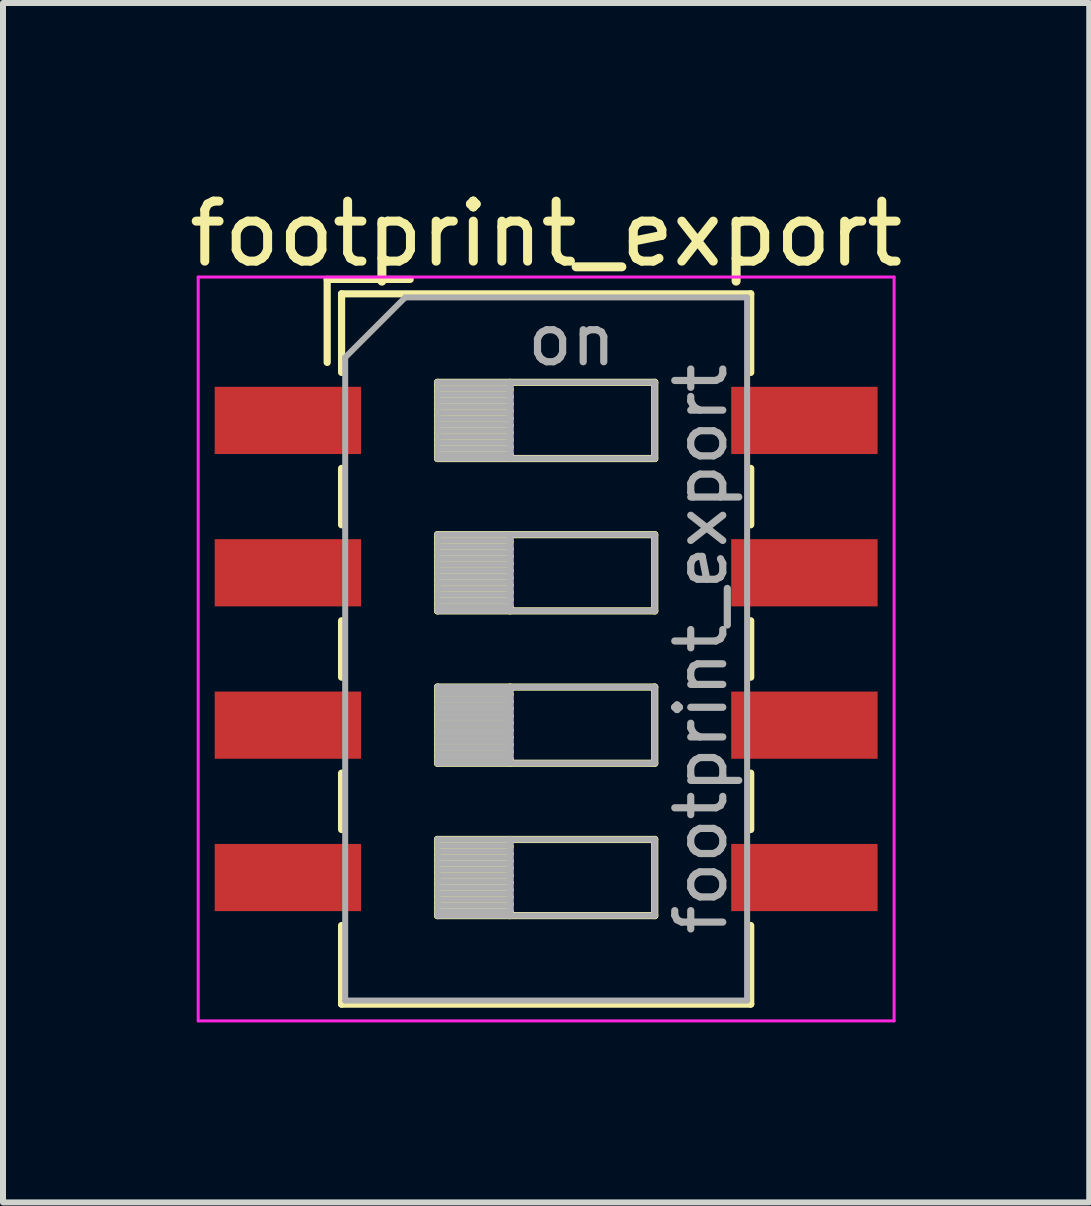
<source format=kicad_pcb>
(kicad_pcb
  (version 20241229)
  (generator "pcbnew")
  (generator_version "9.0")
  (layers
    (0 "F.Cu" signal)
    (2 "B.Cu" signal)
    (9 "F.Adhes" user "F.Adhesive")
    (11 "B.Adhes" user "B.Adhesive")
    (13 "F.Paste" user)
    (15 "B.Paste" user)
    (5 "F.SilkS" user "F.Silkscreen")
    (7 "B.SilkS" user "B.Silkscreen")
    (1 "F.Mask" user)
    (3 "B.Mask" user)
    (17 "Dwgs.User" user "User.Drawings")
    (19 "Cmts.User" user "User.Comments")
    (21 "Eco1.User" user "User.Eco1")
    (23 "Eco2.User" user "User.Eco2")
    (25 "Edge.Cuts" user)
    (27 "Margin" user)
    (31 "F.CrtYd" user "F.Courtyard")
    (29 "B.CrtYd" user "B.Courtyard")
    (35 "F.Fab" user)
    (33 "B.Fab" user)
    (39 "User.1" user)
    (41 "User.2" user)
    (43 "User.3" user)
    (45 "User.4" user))
  (footprint "footprint_export"
    (layer "F.Cu")
    (at 6.054 7.768)
    (property "Reference" "footprint_export" (at 0 -6.92 0) (layer "F.SilkS") (effects (font (size 1 1) (thickness 0.15))))
    (attr smd)
    (fp_line (start -3.65 -6.16) (end -3.65 -4.777) (stroke (width 0.12) (type solid)) (layer "F.SilkS"))
    (fp_line (start -3.65 -6.16) (end -2.267 -6.16) (stroke (width 0.12) (type solid)) (layer "F.SilkS"))
    (fp_line (start -3.41 -5.92) (end -3.41 -4.61) (stroke (width 0.12) (type solid)) (layer "F.SilkS"))
    (fp_line (start -3.41 -5.92) (end 3.41 -5.92) (stroke (width 0.12) (type solid)) (layer "F.SilkS"))
    (fp_line (start -3.41 -3.01) (end -3.41 -2.07) (stroke (width 0.12) (type solid)) (layer "F.SilkS"))
    (fp_line (start -3.41 -0.47) (end -3.41 0.47) (stroke (width 0.12) (type solid)) (layer "F.SilkS"))
    (fp_line (start -3.41 2.07) (end -3.41 3.01) (stroke (width 0.12) (type solid)) (layer "F.SilkS"))
    (fp_line (start -3.41 4.61) (end -3.41 5.92) (stroke (width 0.12) (type solid)) (layer "F.SilkS"))
    (fp_line (start -3.41 5.92) (end 3.41 5.92) (stroke (width 0.12) (type solid)) (layer "F.SilkS"))
    (fp_line (start -1.81 -4.445) (end -1.81 -3.175) (stroke (width 0.12) (type solid)) (layer "F.SilkS"))
    (fp_line (start -1.81 -4.325) (end -0.603 -4.325) (stroke (width 0.12) (type solid)) (layer "F.SilkS"))
    (fp_line (start -1.81 -4.205) (end -0.603 -4.205) (stroke (width 0.12) (type solid)) (layer "F.SilkS"))
    (fp_line (start -1.81 -4.085) (end -0.603 -4.085) (stroke (width 0.12) (type solid)) (layer "F.SilkS"))
    (fp_line (start -1.81 -3.965) (end -0.603 -3.965) (stroke (width 0.12) (type solid)) (layer "F.SilkS"))
    (fp_line (start -1.81 -3.845) (end -0.603 -3.845) (stroke (width 0.12) (type solid)) (layer "F.SilkS"))
    (fp_line (start -1.81 -3.725) (end -0.603 -3.725) (stroke (width 0.12) (type solid)) (layer "F.SilkS"))
    (fp_line (start -1.81 -3.605) (end -0.603 -3.605) (stroke (width 0.12) (type solid)) (layer "F.SilkS"))
    (fp_line (start -1.81 -3.485) (end -0.603 -3.485) (stroke (width 0.12) (type solid)) (layer "F.SilkS"))
    (fp_line (start -1.81 -3.365) (end -0.603 -3.365) (stroke (width 0.12) (type solid)) (layer "F.SilkS"))
    (fp_line (start -1.81 -3.245) (end -0.603 -3.245) (stroke (width 0.12) (type solid)) (layer "F.SilkS"))
    (fp_line (start -1.81 -3.175) (end 1.81 -3.175) (stroke (width 0.12) (type solid)) (layer "F.SilkS"))
    (fp_line (start -1.81 -1.905) (end -1.81 -0.635) (stroke (width 0.12) (type solid)) (layer "F.SilkS"))
    (fp_line (start -1.81 -1.785) (end -0.603 -1.785) (stroke (width 0.12) (type solid)) (layer "F.SilkS"))
    (fp_line (start -1.81 -1.665) (end -0.603 -1.665) (stroke (width 0.12) (type solid)) (layer "F.SilkS"))
    (fp_line (start -1.81 -1.545) (end -0.603 -1.545) (stroke (width 0.12) (type solid)) (layer "F.SilkS"))
    (fp_line (start -1.81 -1.425) (end -0.603 -1.425) (stroke (width 0.12) (type solid)) (layer "F.SilkS"))
    (fp_line (start -1.81 -1.305) (end -0.603 -1.305) (stroke (width 0.12) (type solid)) (layer "F.SilkS"))
    (fp_line (start -1.81 -1.185) (end -0.603 -1.185) (stroke (width 0.12) (type solid)) (layer "F.SilkS"))
    (fp_line (start -1.81 -1.065) (end -0.603 -1.065) (stroke (width 0.12) (type solid)) (layer "F.SilkS"))
    (fp_line (start -1.81 -0.945) (end -0.603 -0.945) (stroke (width 0.12) (type solid)) (layer "F.SilkS"))
    (fp_line (start -1.81 -0.825) (end -0.603 -0.825) (stroke (width 0.12) (type solid)) (layer "F.SilkS"))
    (fp_line (start -1.81 -0.705) (end -0.603 -0.705) (stroke (width 0.12) (type solid)) (layer "F.SilkS"))
    (fp_line (start -1.81 -0.635) (end 1.81 -0.635) (stroke (width 0.12) (type solid)) (layer "F.SilkS"))
    (fp_line (start -1.81 0.635) (end -1.81 1.905) (stroke (width 0.12) (type solid)) (layer "F.SilkS"))
    (fp_line (start -1.81 0.755) (end -0.603 0.755) (stroke (width 0.12) (type solid)) (layer "F.SilkS"))
    (fp_line (start -1.81 0.875) (end -0.603 0.875) (stroke (width 0.12) (type solid)) (layer "F.SilkS"))
    (fp_line (start -1.81 0.995) (end -0.603 0.995) (stroke (width 0.12) (type solid)) (layer "F.SilkS"))
    (fp_line (start -1.81 1.115) (end -0.603 1.115) (stroke (width 0.12) (type solid)) (layer "F.SilkS"))
    (fp_line (start -1.81 1.235) (end -0.603 1.235) (stroke (width 0.12) (type solid)) (layer "F.SilkS"))
    (fp_line (start -1.81 1.355) (end -0.603 1.355) (stroke (width 0.12) (type solid)) (layer "F.SilkS"))
    (fp_line (start -1.81 1.475) (end -0.603 1.475) (stroke (width 0.12) (type solid)) (layer "F.SilkS"))
    (fp_line (start -1.81 1.595) (end -0.603 1.595) (stroke (width 0.12) (type solid)) (layer "F.SilkS"))
    (fp_line (start -1.81 1.715) (end -0.603 1.715) (stroke (width 0.12) (type solid)) (layer "F.SilkS"))
    (fp_line (start -1.81 1.835) (end -0.603 1.835) (stroke (width 0.12) (type solid)) (layer "F.SilkS"))
    (fp_line (start -1.81 1.905) (end 1.81 1.905) (stroke (width 0.12) (type solid)) (layer "F.SilkS"))
    (fp_line (start -1.81 3.175) (end -1.81 4.445) (stroke (width 0.12) (type solid)) (layer "F.SilkS"))
    (fp_line (start -1.81 3.295) (end -0.603 3.295) (stroke (width 0.12) (type solid)) (layer "F.SilkS"))
    (fp_line (start -1.81 3.415) (end -0.603 3.415) (stroke (width 0.12) (type solid)) (layer "F.SilkS"))
    (fp_line (start -1.81 3.535) (end -0.603 3.535) (stroke (width 0.12) (type solid)) (layer "F.SilkS"))
    (fp_line (start -1.81 3.655) (end -0.603 3.655) (stroke (width 0.12) (type solid)) (layer "F.SilkS"))
    (fp_line (start -1.81 3.775) (end -0.603 3.775) (stroke (width 0.12) (type solid)) (layer "F.SilkS"))
    (fp_line (start -1.81 3.895) (end -0.603 3.895) (stroke (width 0.12) (type solid)) (layer "F.SilkS"))
    (fp_line (start -1.81 4.015) (end -0.603 4.015) (stroke (width 0.12) (type solid)) (layer "F.SilkS"))
    (fp_line (start -1.81 4.135) (end -0.603 4.135) (stroke (width 0.12) (type solid)) (layer "F.SilkS"))
    (fp_line (start -1.81 4.255) (end -0.603 4.255) (stroke (width 0.12) (type solid)) (layer "F.SilkS"))
    (fp_line (start -1.81 4.375) (end -0.603 4.375) (stroke (width 0.12) (type solid)) (layer "F.SilkS"))
    (fp_line (start -1.81 4.445) (end 1.81 4.445) (stroke (width 0.12) (type solid)) (layer "F.SilkS"))
    (fp_line (start -0.603 -4.445) (end -0.603 -3.175) (stroke (width 0.12) (type solid)) (layer "F.SilkS"))
    (fp_line (start -0.603 -1.905) (end -0.603 -0.635) (stroke (width 0.12) (type solid)) (layer "F.SilkS"))
    (fp_line (start -0.603 0.635) (end -0.603 1.905) (stroke (width 0.12) (type solid)) (layer "F.SilkS"))
    (fp_line (start -0.603 3.175) (end -0.603 4.445) (stroke (width 0.12) (type solid)) (layer "F.SilkS"))
    (fp_line (start 1.81 -4.445) (end -1.81 -4.445) (stroke (width 0.12) (type solid)) (layer "F.SilkS"))
    (fp_line (start 1.81 -3.175) (end 1.81 -4.445) (stroke (width 0.12) (type solid)) (layer "F.SilkS"))
    (fp_line (start 1.81 -1.905) (end -1.81 -1.905) (stroke (width 0.12) (type solid)) (layer "F.SilkS"))
    (fp_line (start 1.81 -0.635) (end 1.81 -1.905) (stroke (width 0.12) (type solid)) (layer "F.SilkS"))
    (fp_line (start 1.81 0.635) (end -1.81 0.635) (stroke (width 0.12) (type solid)) (layer "F.SilkS"))
    (fp_line (start 1.81 1.905) (end 1.81 0.635) (stroke (width 0.12) (type solid)) (layer "F.SilkS"))
    (fp_line (start 1.81 3.175) (end -1.81 3.175) (stroke (width 0.12) (type solid)) (layer "F.SilkS"))
    (fp_line (start 1.81 4.445) (end 1.81 3.175) (stroke (width 0.12) (type solid)) (layer "F.SilkS"))
    (fp_line (start 3.41 -5.92) (end 3.41 -4.61) (stroke (width 0.12) (type solid)) (layer "F.SilkS"))
    (fp_line (start 3.41 -3.01) (end 3.41 -2.07) (stroke (width 0.12) (type solid)) (layer "F.SilkS"))
    (fp_line (start 3.41 -0.47) (end 3.41 0.47) (stroke (width 0.12) (type solid)) (layer "F.SilkS"))
    (fp_line (start 3.41 2.07) (end 3.41 3.01) (stroke (width 0.12) (type solid)) (layer "F.SilkS"))
    (fp_line (start 3.41 4.61) (end 3.41 5.92) (stroke (width 0.12) (type solid)) (layer "F.SilkS"))
    (fp_line (start -5.8 -6.2) (end -5.8 6.2) (stroke (width 0.05) (type solid)) (layer "F.CrtYd"))
    (fp_line (start -5.8 6.2) (end 5.8 6.2) (stroke (width 0.05) (type solid)) (layer "F.CrtYd"))
    (fp_line (start 5.8 -6.2) (end -5.8 -6.2) (stroke (width 0.05) (type solid)) (layer "F.CrtYd"))
    (fp_line (start 5.8 6.2) (end 5.8 -6.2) (stroke (width 0.05) (type solid)) (layer "F.CrtYd"))
    (fp_line (start -3.35 -4.86) (end -2.35 -5.86) (stroke (width 0.1) (type solid)) (layer "F.Fab"))
    (fp_line (start -3.35 5.86) (end -3.35 -4.86) (stroke (width 0.1) (type solid)) (layer "F.Fab"))
    (fp_line (start -2.35 -5.86) (end 3.35 -5.86) (stroke (width 0.1) (type solid)) (layer "F.Fab"))
    (fp_line (start -1.81 -4.445) (end -1.81 -3.175) (stroke (width 0.1) (type solid)) (layer "F.Fab"))
    (fp_line (start -1.81 -4.345) (end -0.603 -4.345) (stroke (width 0.1) (type solid)) (layer "F.Fab"))
    (fp_line (start -1.81 -4.245) (end -0.603 -4.245) (stroke (width 0.1) (type solid)) (layer "F.Fab"))
    (fp_line (start -1.81 -4.145) (end -0.603 -4.145) (stroke (width 0.1) (type solid)) (layer "F.Fab"))
    (fp_line (start -1.81 -4.045) (end -0.603 -4.045) (stroke (width 0.1) (type solid)) (layer "F.Fab"))
    (fp_line (start -1.81 -3.945) (end -0.603 -3.945) (stroke (width 0.1) (type solid)) (layer "F.Fab"))
    (fp_line (start -1.81 -3.845) (end -0.603 -3.845) (stroke (width 0.1) (type solid)) (layer "F.Fab"))
    (fp_line (start -1.81 -3.745) (end -0.603 -3.745) (stroke (width 0.1) (type solid)) (layer "F.Fab"))
    (fp_line (start -1.81 -3.645) (end -0.603 -3.645) (stroke (width 0.1) (type solid)) (layer "F.Fab"))
    (fp_line (start -1.81 -3.545) (end -0.603 -3.545) (stroke (width 0.1) (type solid)) (layer "F.Fab"))
    (fp_line (start -1.81 -3.445) (end -0.603 -3.445) (stroke (width 0.1) (type solid)) (layer "F.Fab"))
    (fp_line (start -1.81 -3.345) (end -0.603 -3.345) (stroke (width 0.1) (type solid)) (layer "F.Fab"))
    (fp_line (start -1.81 -3.245) (end -0.603 -3.245) (stroke (width 0.1) (type solid)) (layer "F.Fab"))
    (fp_line (start -1.81 -3.175) (end 1.81 -3.175) (stroke (width 0.1) (type solid)) (layer "F.Fab"))
    (fp_line (start -1.81 -1.905) (end -1.81 -0.635) (stroke (width 0.1) (type solid)) (layer "F.Fab"))
    (fp_line (start -1.81 -1.805) (end -0.603 -1.805) (stroke (width 0.1) (type solid)) (layer "F.Fab"))
    (fp_line (start -1.81 -1.705) (end -0.603 -1.705) (stroke (width 0.1) (type solid)) (layer "F.Fab"))
    (fp_line (start -1.81 -1.605) (end -0.603 -1.605) (stroke (width 0.1) (type solid)) (layer "F.Fab"))
    (fp_line (start -1.81 -1.505) (end -0.603 -1.505) (stroke (width 0.1) (type solid)) (layer "F.Fab"))
    (fp_line (start -1.81 -1.405) (end -0.603 -1.405) (stroke (width 0.1) (type solid)) (layer "F.Fab"))
    (fp_line (start -1.81 -1.305) (end -0.603 -1.305) (stroke (width 0.1) (type solid)) (layer "F.Fab"))
    (fp_line (start -1.81 -1.205) (end -0.603 -1.205) (stroke (width 0.1) (type solid)) (layer "F.Fab"))
    (fp_line (start -1.81 -1.105) (end -0.603 -1.105) (stroke (width 0.1) (type solid)) (layer "F.Fab"))
    (fp_line (start -1.81 -1.005) (end -0.603 -1.005) (stroke (width 0.1) (type solid)) (layer "F.Fab"))
    (fp_line (start -1.81 -0.905) (end -0.603 -0.905) (stroke (width 0.1) (type solid)) (layer "F.Fab"))
    (fp_line (start -1.81 -0.805) (end -0.603 -0.805) (stroke (width 0.1) (type solid)) (layer "F.Fab"))
    (fp_line (start -1.81 -0.705) (end -0.603 -0.705) (stroke (width 0.1) (type solid)) (layer "F.Fab"))
    (fp_line (start -1.81 -0.635) (end 1.81 -0.635) (stroke (width 0.1) (type solid)) (layer "F.Fab"))
    (fp_line (start -1.81 0.635) (end -1.81 1.905) (stroke (width 0.1) (type solid)) (layer "F.Fab"))
    (fp_line (start -1.81 0.735) (end -0.603 0.735) (stroke (width 0.1) (type solid)) (layer "F.Fab"))
    (fp_line (start -1.81 0.835) (end -0.603 0.835) (stroke (width 0.1) (type solid)) (layer "F.Fab"))
    (fp_line (start -1.81 0.935) (end -0.603 0.935) (stroke (width 0.1) (type solid)) (layer "F.Fab"))
    (fp_line (start -1.81 1.035) (end -0.603 1.035) (stroke (width 0.1) (type solid)) (layer "F.Fab"))
    (fp_line (start -1.81 1.135) (end -0.603 1.135) (stroke (width 0.1) (type solid)) (layer "F.Fab"))
    (fp_line (start -1.81 1.235) (end -0.603 1.235) (stroke (width 0.1) (type solid)) (layer "F.Fab"))
    (fp_line (start -1.81 1.335) (end -0.603 1.335) (stroke (width 0.1) (type solid)) (layer "F.Fab"))
    (fp_line (start -1.81 1.435) (end -0.603 1.435) (stroke (width 0.1) (type solid)) (layer "F.Fab"))
    (fp_line (start -1.81 1.535) (end -0.603 1.535) (stroke (width 0.1) (type solid)) (layer "F.Fab"))
    (fp_line (start -1.81 1.635) (end -0.603 1.635) (stroke (width 0.1) (type solid)) (layer "F.Fab"))
    (fp_line (start -1.81 1.735) (end -0.603 1.735) (stroke (width 0.1) (type solid)) (layer "F.Fab"))
    (fp_line (start -1.81 1.835) (end -0.603 1.835) (stroke (width 0.1) (type solid)) (layer "F.Fab"))
    (fp_line (start -1.81 1.905) (end 1.81 1.905) (stroke (width 0.1) (type solid)) (layer "F.Fab"))
    (fp_line (start -1.81 3.175) (end -1.81 4.445) (stroke (width 0.1) (type solid)) (layer "F.Fab"))
    (fp_line (start -1.81 3.275) (end -0.603 3.275) (stroke (width 0.1) (type solid)) (layer "F.Fab"))
    (fp_line (start -1.81 3.375) (end -0.603 3.375) (stroke (width 0.1) (type solid)) (layer "F.Fab"))
    (fp_line (start -1.81 3.475) (end -0.603 3.475) (stroke (width 0.1) (type solid)) (layer "F.Fab"))
    (fp_line (start -1.81 3.575) (end -0.603 3.575) (stroke (width 0.1) (type solid)) (layer "F.Fab"))
    (fp_line (start -1.81 3.675) (end -0.603 3.675) (stroke (width 0.1) (type solid)) (layer "F.Fab"))
    (fp_line (start -1.81 3.775) (end -0.603 3.775) (stroke (width 0.1) (type solid)) (layer "F.Fab"))
    (fp_line (start -1.81 3.875) (end -0.603 3.875) (stroke (width 0.1) (type solid)) (layer "F.Fab"))
    (fp_line (start -1.81 3.975) (end -0.603 3.975) (stroke (width 0.1) (type solid)) (layer "F.Fab"))
    (fp_line (start -1.81 4.075) (end -0.603 4.075) (stroke (width 0.1) (type solid)) (layer "F.Fab"))
    (fp_line (start -1.81 4.175) (end -0.603 4.175) (stroke (width 0.1) (type solid)) (layer "F.Fab"))
    (fp_line (start -1.81 4.275) (end -0.603 4.275) (stroke (width 0.1) (type solid)) (layer "F.Fab"))
    (fp_line (start -1.81 4.375) (end -0.603 4.375) (stroke (width 0.1) (type solid)) (layer "F.Fab"))
    (fp_line (start -1.81 4.445) (end 1.81 4.445) (stroke (width 0.1) (type solid)) (layer "F.Fab"))
    (fp_line (start -0.603 -4.445) (end -0.603 -3.175) (stroke (width 0.1) (type solid)) (layer "F.Fab"))
    (fp_line (start -0.603 -1.905) (end -0.603 -0.635) (stroke (width 0.1) (type solid)) (layer "F.Fab"))
    (fp_line (start -0.603 0.635) (end -0.603 1.905) (stroke (width 0.1) (type solid)) (layer "F.Fab"))
    (fp_line (start -0.603 3.175) (end -0.603 4.445) (stroke (width 0.1) (type solid)) (layer "F.Fab"))
    (fp_line (start 1.81 -4.445) (end -1.81 -4.445) (stroke (width 0.1) (type solid)) (layer "F.Fab"))
    (fp_line (start 1.81 -3.175) (end 1.81 -4.445) (stroke (width 0.1) (type solid)) (layer "F.Fab"))
    (fp_line (start 1.81 -1.905) (end -1.81 -1.905) (stroke (width 0.1) (type solid)) (layer "F.Fab"))
    (fp_line (start 1.81 -0.635) (end 1.81 -1.905) (stroke (width 0.1) (type solid)) (layer "F.Fab"))
    (fp_line (start 1.81 0.635) (end -1.81 0.635) (stroke (width 0.1) (type solid)) (layer "F.Fab"))
    (fp_line (start 1.81 1.905) (end 1.81 0.635) (stroke (width 0.1) (type solid)) (layer "F.Fab"))
    (fp_line (start 1.81 3.175) (end -1.81 3.175) (stroke (width 0.1) (type solid)) (layer "F.Fab"))
    (fp_line (start 1.81 4.445) (end 1.81 3.175) (stroke (width 0.1) (type solid)) (layer "F.Fab"))
    (fp_line (start 3.35 -5.86) (end 3.35 5.86) (stroke (width 0.1) (type solid)) (layer "F.Fab"))
    (fp_line (start 3.35 5.86) (end -3.35 5.86) (stroke (width 0.1) (type solid)) (layer "F.Fab"))
    (fp_text user "on" (at 0.427 -5.152 0) (layer "F.Fab") (effects (font (size 0.8 0.8) (thickness 0.12))))
    (fp_text user "${REFERENCE}" (at 2.58 0 90) (layer "F.Fab") (effects (font (size 0.8 0.8) (thickness 0.12))))
    (pad "1" smd rect (at -4.305 -3.81) (size 2.44 1.12) (layers "F.Cu" "F.Mask" "F.Paste"))
    (pad "2" smd rect (at -4.305 -1.27) (size 2.44 1.12) (layers "F.Cu" "F.Mask" "F.Paste"))
    (pad "3" smd rect (at -4.305 1.27) (size 2.44 1.12) (layers "F.Cu" "F.Mask" "F.Paste"))
    (pad "4" smd rect (at -4.305 3.81) (size 2.44 1.12) (layers "F.Cu" "F.Mask" "F.Paste"))
    (pad "5" smd rect (at 4.305 3.81) (size 2.44 1.12) (layers "F.Cu" "F.Mask" "F.Paste"))
    (pad "6" smd rect (at 4.305 1.27) (size 2.44 1.12) (layers "F.Cu" "F.Mask" "F.Paste"))
    (pad "7" smd rect (at 4.305 -1.27) (size 2.44 1.12) (layers "F.Cu" "F.Mask" "F.Paste"))
    (pad "8" smd rect (at 4.305 -3.81) (size 2.44 1.12) (layers "F.Cu" "F.Mask" "F.Paste")))
  (gr_rect
    (start -3 -3)
    (end 15.107 16.993)
    (stroke (width 0.1) (type default))
    (fill no)
    (layer "Edge.Cuts")))
</source>
